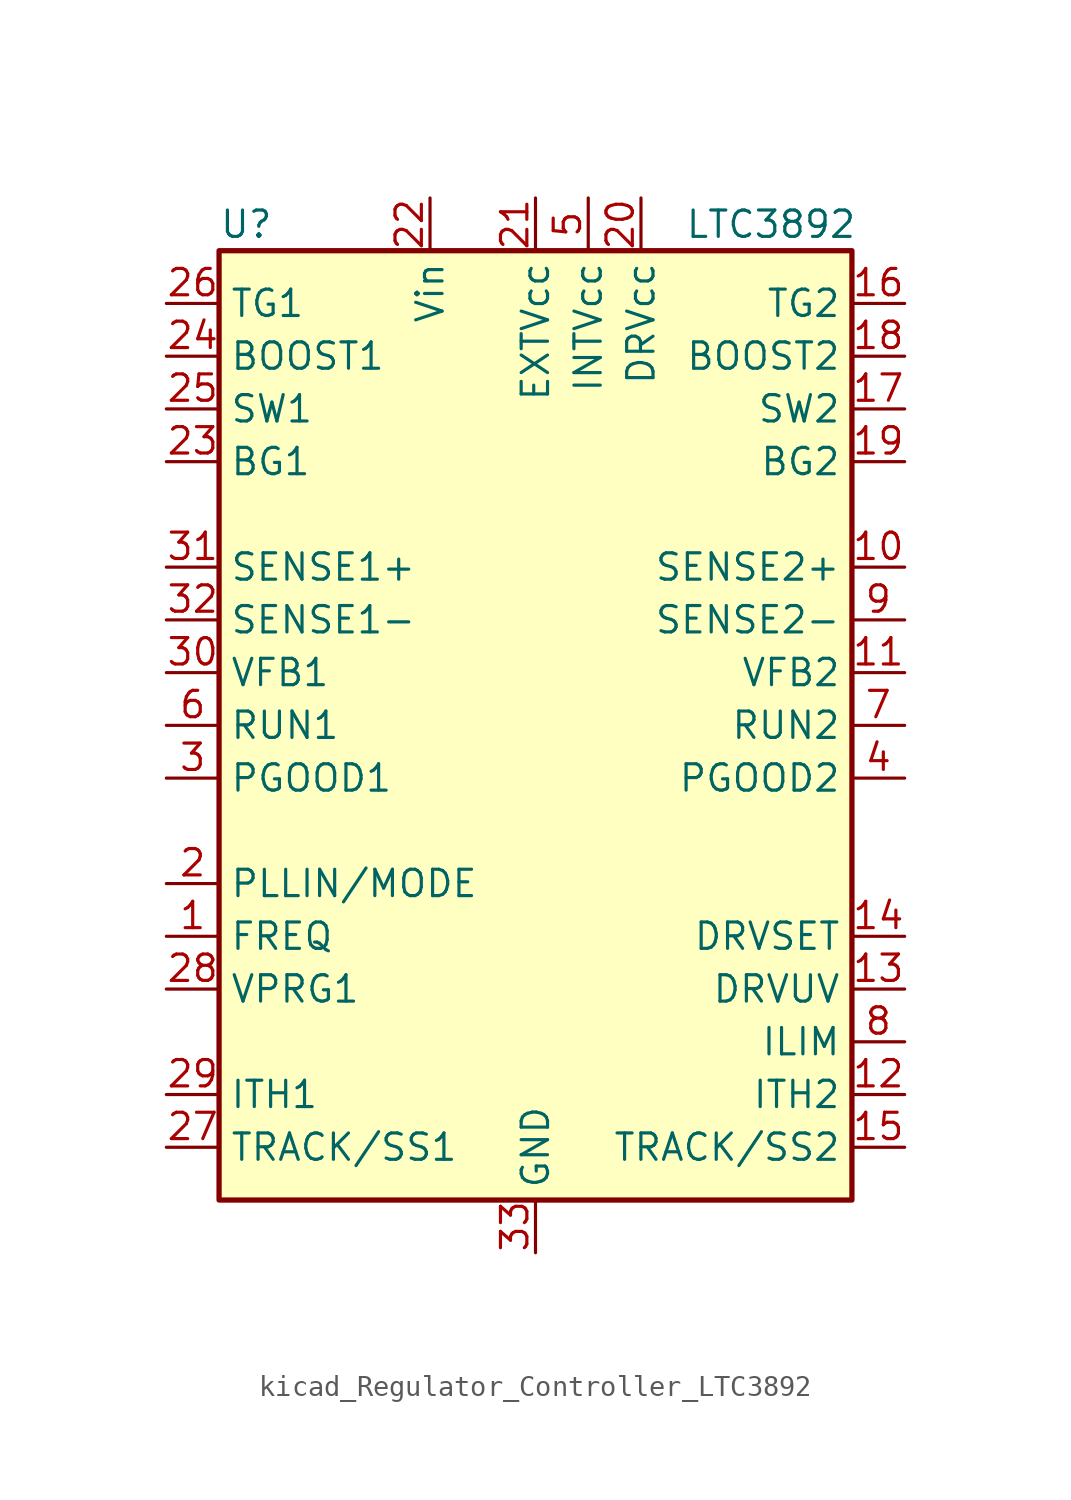
<source format=kicad_sym>
(kicad_symbol_lib
  (version 20220914)
  (generator kicad_symbol_editor)
  (symbol "kicad_Regulator_Controller_LTC3892"
    (property "Reference" "U"
      (at -15.24 24.13 0)
      (effects (font (size 1.27 1.27)) (justify left)))
    (property "Value" "LTC3892"
      (at 15.494 24.13 0)
      (effects (font (size 1.27 1.27)) (justify right)))
    (symbol "kicad_Regulator_Controller_LTC3892_0_1"
      (rectangle (start -15.24 22.86) (end 15.24 -22.86) (stroke (width 0.254) (type default)) (fill (type background))))
    (symbol "kicad_Regulator_Controller_LTC3892_1_1"
      (pin input line (at -17.78 -10.16 0) (length 2.54) (name "FREQ" (effects (font (size 1.27 1.27)))) (number "1" (effects (font (size 1.27 1.27)))))
      (pin input line (at 17.78 7.62 180) (length 2.54) (name "SENSE2+" (effects (font (size 1.27 1.27)))) (number "10" (effects (font (size 1.27 1.27)))))
      (pin input line (at 17.78 2.54 180) (length 2.54) (name "VFB2" (effects (font (size 1.27 1.27)))) (number "11" (effects (font (size 1.27 1.27)))))
      (pin passive line (at 17.78 -17.78 180) (length 2.54) (name "ITH2" (effects (font (size 1.27 1.27)))) (number "12" (effects (font (size 1.27 1.27)))))
      (pin input line (at 17.78 -12.7 180) (length 2.54) (name "DRVUV" (effects (font (size 1.27 1.27)))) (number "13" (effects (font (size 1.27 1.27)))))
      (pin input line (at 17.78 -10.16 180) (length 2.54) (name "DRVSET" (effects (font (size 1.27 1.27)))) (number "14" (effects (font (size 1.27 1.27)))))
      (pin input line (at 17.78 -20.32 180) (length 2.54) (name "TRACK/SS2" (effects (font (size 1.27 1.27)))) (number "15" (effects (font (size 1.27 1.27)))))
      (pin output line (at 17.78 20.32 180) (length 2.54) (name "TG2" (effects (font (size 1.27 1.27)))) (number "16" (effects (font (size 1.27 1.27)))))
      (pin output line (at 17.78 15.24 180) (length 2.54) (name "SW2" (effects (font (size 1.27 1.27)))) (number "17" (effects (font (size 1.27 1.27)))))
      (pin output line (at 17.78 17.78 180) (length 2.54) (name "BOOST2" (effects (font (size 1.27 1.27)))) (number "18" (effects (font (size 1.27 1.27)))))
      (pin output line (at 17.78 12.7 180) (length 2.54) (name "BG2" (effects (font (size 1.27 1.27)))) (number "19" (effects (font (size 1.27 1.27)))))
      (pin input line (at -17.78 -7.62 0) (length 2.54) (name "PLLIN/MODE" (effects (font (size 1.27 1.27)))) (number "2" (effects (font (size 1.27 1.27)))))
      (pin power_out line (at 5.08 25.4 270) (length 2.54) (name "DRVcc" (effects (font (size 1.27 1.27)))) (number "20" (effects (font (size 1.27 1.27)))))
      (pin power_in line (at 0 25.4 270) (length 2.54) (name "EXTVcc" (effects (font (size 1.27 1.27)))) (number "21" (effects (font (size 1.27 1.27)))))
      (pin power_in line (at -5.08 25.4 270) (length 2.54) (name "Vin" (effects (font (size 1.27 1.27)))) (number "22" (effects (font (size 1.27 1.27)))))
      (pin output line (at -17.78 12.7 0) (length 2.54) (name "BG1" (effects (font (size 1.27 1.27)))) (number "23" (effects (font (size 1.27 1.27)))))
      (pin output line (at -17.78 17.78 0) (length 2.54) (name "BOOST1" (effects (font (size 1.27 1.27)))) (number "24" (effects (font (size 1.27 1.27)))))
      (pin output line (at -17.78 15.24 0) (length 2.54) (name "SW1" (effects (font (size 1.27 1.27)))) (number "25" (effects (font (size 1.27 1.27)))))
      (pin output line (at -17.78 20.32 0) (length 2.54) (name "TG1" (effects (font (size 1.27 1.27)))) (number "26" (effects (font (size 1.27 1.27)))))
      (pin input line (at -17.78 -20.32 0) (length 2.54) (name "TRACK/SS1" (effects (font (size 1.27 1.27)))) (number "27" (effects (font (size 1.27 1.27)))))
      (pin passive line (at -17.78 -12.7 0) (length 2.54) (name "VPRG1" (effects (font (size 1.27 1.27)))) (number "28" (effects (font (size 1.27 1.27)))))
      (pin passive line (at -17.78 -17.78 0) (length 2.54) (name "ITH1" (effects (font (size 1.27 1.27)))) (number "29" (effects (font (size 1.27 1.27)))))
      (pin output line (at -17.78 -2.54 0) (length 2.54) (name "PGOOD1" (effects (font (size 1.27 1.27)))) (number "3" (effects (font (size 1.27 1.27)))))
      (pin input line (at -17.78 2.54 0) (length 2.54) (name "VFB1" (effects (font (size 1.27 1.27)))) (number "30" (effects (font (size 1.27 1.27)))))
      (pin input line (at -17.78 7.62 0) (length 2.54) (name "SENSE1+" (effects (font (size 1.27 1.27)))) (number "31" (effects (font (size 1.27 1.27)))))
      (pin input line (at -17.78 5.08 0) (length 2.54) (name "SENSE1-" (effects (font (size 1.27 1.27)))) (number "32" (effects (font (size 1.27 1.27)))))
      (pin power_in line (at 0 -25.4 90) (length 2.54) (name "GND" (effects (font (size 1.27 1.27)))) (number "33" (effects (font (size 1.27 1.27)))))
      (pin output line (at 17.78 -2.54 180) (length 2.54) (name "PGOOD2" (effects (font (size 1.27 1.27)))) (number "4" (effects (font (size 1.27 1.27)))))
      (pin power_out line (at 2.54 25.4 270) (length 2.54) (name "INTVcc" (effects (font (size 1.27 1.27)))) (number "5" (effects (font (size 1.27 1.27)))))
      (pin input line (at -17.78 0 0) (length 2.54) (name "RUN1" (effects (font (size 1.27 1.27)))) (number "6" (effects (font (size 1.27 1.27)))))
      (pin input line (at 17.78 0 180) (length 2.54) (name "RUN2" (effects (font (size 1.27 1.27)))) (number "7" (effects (font (size 1.27 1.27)))))
      (pin input line (at 17.78 -15.24 180) (length 2.54) (name "ILIM" (effects (font (size 1.27 1.27)))) (number "8" (effects (font (size 1.27 1.27)))))
      (pin input line (at 17.78 5.08 180) (length 2.54) (name "SENSE2-" (effects (font (size 1.27 1.27)))) (number "9" (effects (font (size 1.27 1.27))))))))
</source>
